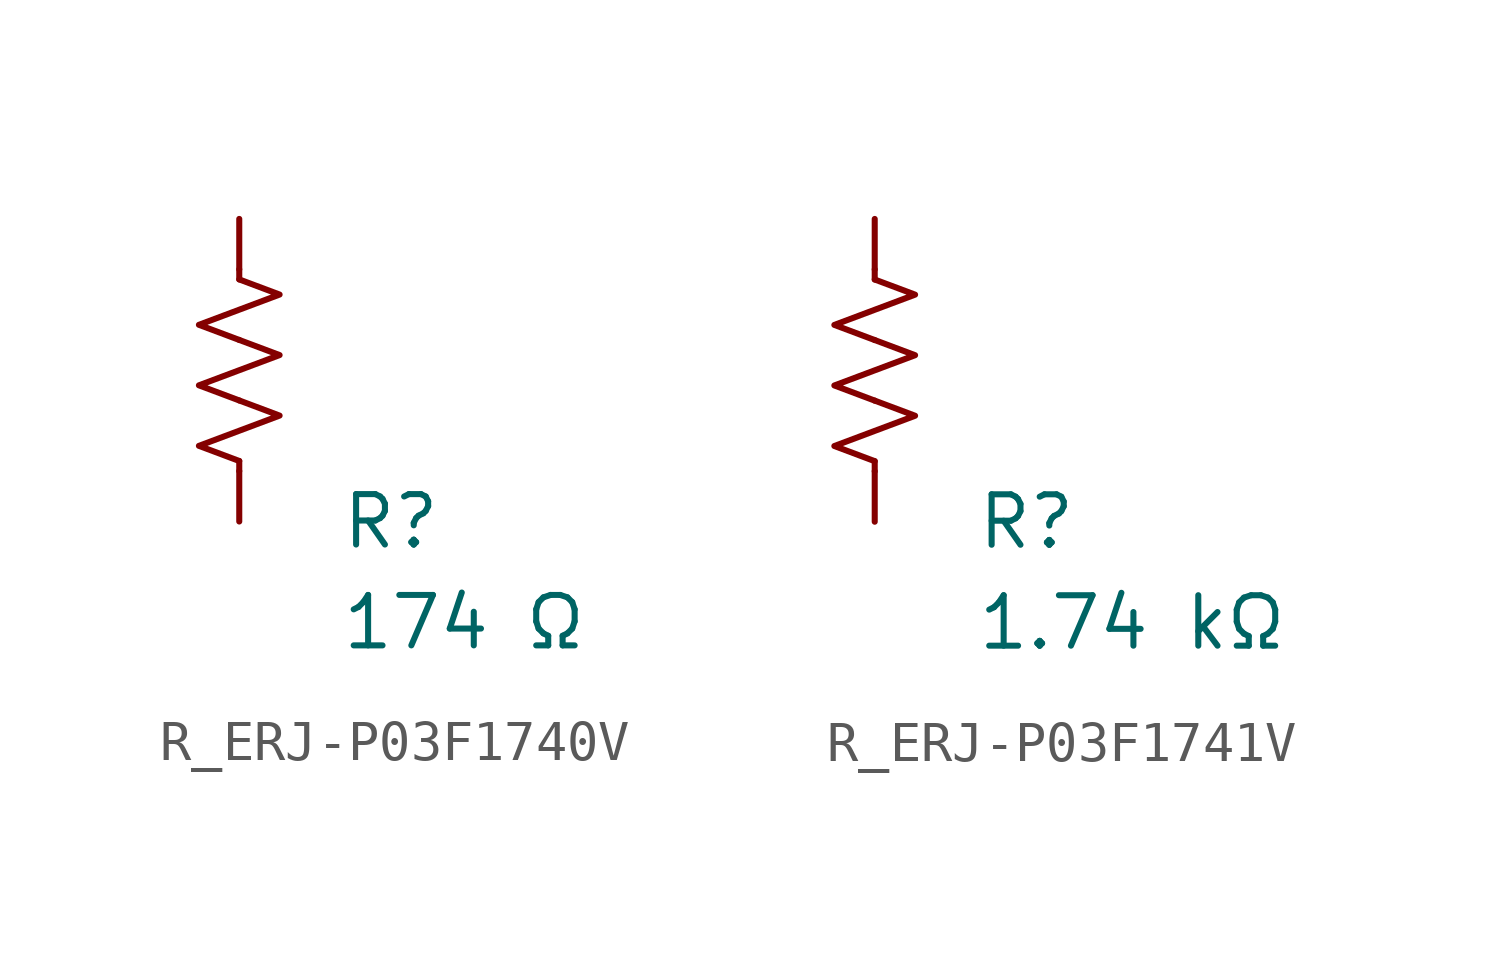
<source format=kicad_sym>
(kicad_symbol_lib
  (version 20231120)
  (generator "kicad_symbol_editor")
  (generator_version "8.0")
  (symbol "R_ERJ-P03F1740V"
    (pin_numbers hide)
    (pin_names
      (offset 0))
    (property "Reference" "R"
      (at 2.54 -3.81 0)
      (effects (font (size 1.27 1.27)) (justify left))
      (show_name no))
    (property "Value" "174 Ω"
      (at 2.54 -6.35 0)
      (effects (font (size 1.27 1.27)) (justify left))
      (show_name no))
    (symbol "R_ERJ-P03F1740V_0_1"
      (polyline (pts (xy 0 -2.286) (xy 0 -2.54)) (stroke (width 0) (type default)) (fill (type none)))
      (polyline (pts (xy 0 2.286) (xy 0 2.54)) (stroke (width 0) (type default)) (fill (type none)))
      (polyline (pts (xy 0 -0.762) (xy 1.016 -1.143) (xy 0 -1.524) (xy -1.016 -1.905) (xy 0 -2.286)) (stroke (width 0) (type default)) (fill (type none)))
      (polyline (pts (xy 0 0.762) (xy 1.016 0.381) (xy 0 0) (xy -1.016 -0.381) (xy 0 -0.762)) (stroke (width 0) (type default)) (fill (type none)))
      (polyline (pts (xy 0 2.286) (xy 1.016 1.905) (xy 0 1.524) (xy -1.016 1.143) (xy 0 0.762)) (stroke (width 0) (type default)) (fill (type none))))
    (symbol "R_ERJ-P03F1740V_1_1"
      (pin passive line (at 0 3.81 270) (length 1.27) (name "~" (effects (font (size 1.27 1.27)))) (number "1" (effects (font (size 1.27 1.27)))))
      (pin passive line (at 0 -3.81 90) (length 1.27) (name "~" (effects (font (size 1.27 1.27)))) (number "2" (effects (font (size 1.27 1.27)))))))
  (symbol "R_ERJ-P03F1741V"
    (pin_numbers hide)
    (pin_names
      (offset 0))
    (property "Reference" "R"
      (at 2.54 -3.81 0)
      (effects (font (size 1.27 1.27)) (justify left))
      (show_name no))
    (property "Value" "1.74 kΩ"
      (at 2.54 -6.35 0)
      (effects (font (size 1.27 1.27)) (justify left))
      (show_name no))
    (symbol "R_ERJ-P03F1741V_0_1"
      (polyline (pts (xy 0 -2.286) (xy 0 -2.54)) (stroke (width 0) (type default)) (fill (type none)))
      (polyline (pts (xy 0 2.286) (xy 0 2.54)) (stroke (width 0) (type default)) (fill (type none)))
      (polyline (pts (xy 0 -0.762) (xy 1.016 -1.143) (xy 0 -1.524) (xy -1.016 -1.905) (xy 0 -2.286)) (stroke (width 0) (type default)) (fill (type none)))
      (polyline (pts (xy 0 0.762) (xy 1.016 0.381) (xy 0 0) (xy -1.016 -0.381) (xy 0 -0.762)) (stroke (width 0) (type default)) (fill (type none)))
      (polyline (pts (xy 0 2.286) (xy 1.016 1.905) (xy 0 1.524) (xy -1.016 1.143) (xy 0 0.762)) (stroke (width 0) (type default)) (fill (type none))))
    (symbol "R_ERJ-P03F1741V_1_1"
      (pin passive line (at 0 3.81 270) (length 1.27) (name "~" (effects (font (size 1.27 1.27)))) (number "1" (effects (font (size 1.27 1.27)))))
      (pin passive line (at 0 -3.81 90) (length 1.27) (name "~" (effects (font (size 1.27 1.27)))) (number "2" (effects (font (size 1.27 1.27))))))))
</source>
